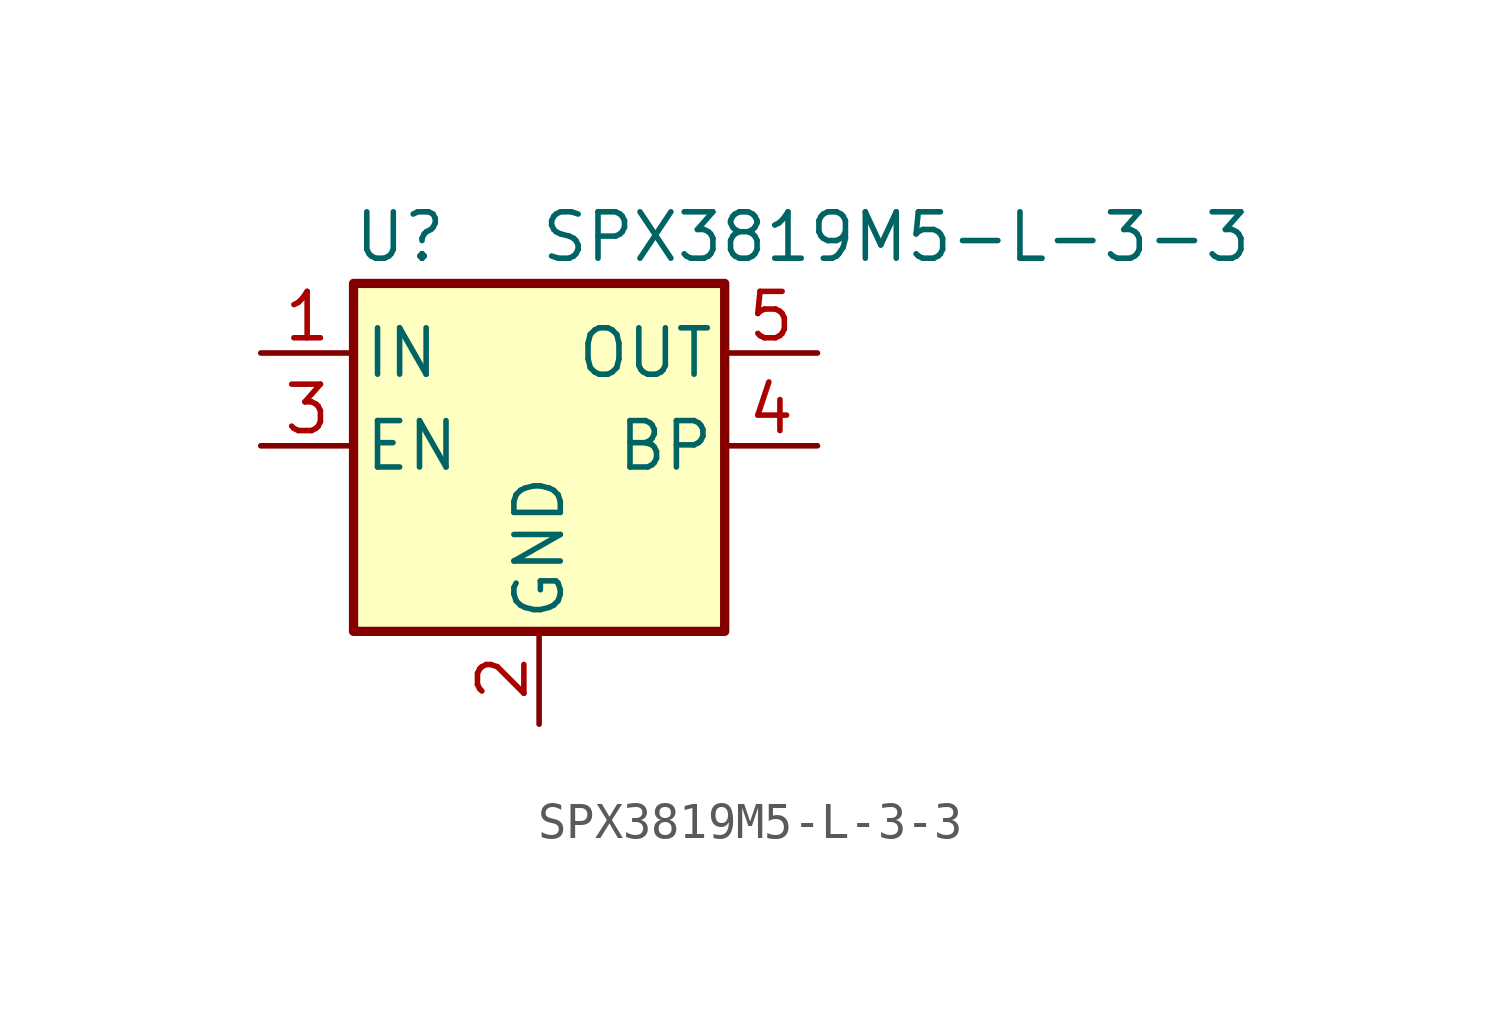
<source format=kicad_sym>
(kicad_symbol_lib
  (version 20241209)
  (generator "kicad_symbol_editor")
  (generator_version "9.0")
  (symbol "SPX3819M5-L-3-3"
    (pin_names
      (offset 0.254))
    (property "Reference" "U"
      (at -3.81 5.715 0)
      (effects (font (size 1.27 1.27))))
    (property "Value" "SPX3819M5-L-3-3"
      (at 0 5.715 0)
      (effects (font (size 1.27 1.27)) (justify left)))
    (symbol "SPX3819M5-L-3-3_0_1"
      (rectangle (start -5.08 4.445) (end 5.08 -5.08) (stroke (width 0.254) (type default)) (fill (type background))))
    (symbol "SPX3819M5-L-3-3_1_1"
      (pin power_in line (at -7.62 2.54 0) (length 2.54) (name "IN" (effects (font (size 1.27 1.27)))) (number "1" (effects (font (size 1.27 1.27)))))
      (pin input line (at -7.62 0 0) (length 2.54) (name "EN" (effects (font (size 1.27 1.27)))) (number "3" (effects (font (size 1.27 1.27)))))
      (pin power_in line (at 0 -7.62 90) (length 2.54) (name "GND" (effects (font (size 1.27 1.27)))) (number "2" (effects (font (size 1.27 1.27)))))
      (pin power_out line (at 7.62 2.54 180) (length 2.54) (name "OUT" (effects (font (size 1.27 1.27)))) (number "5" (effects (font (size 1.27 1.27)))))
      (pin input line (at 7.62 0 180) (length 2.54) (name "BP" (effects (font (size 1.27 1.27)))) (number "4" (effects (font (size 1.27 1.27))))))))
</source>
